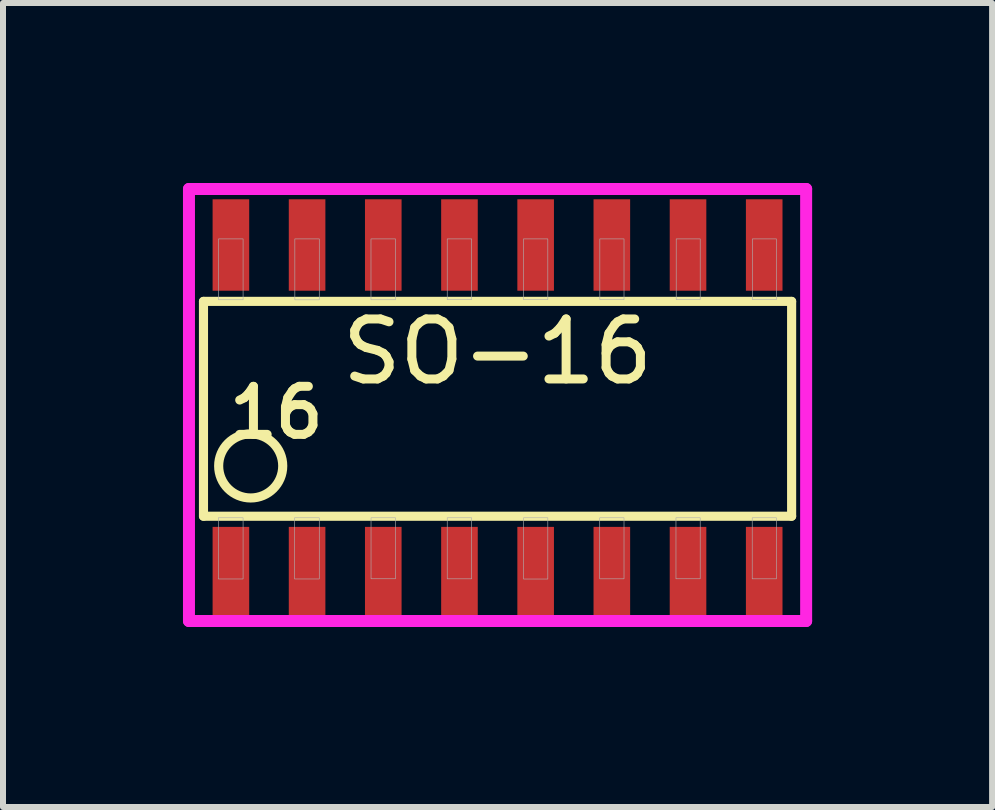
<source format=kicad_pcb>
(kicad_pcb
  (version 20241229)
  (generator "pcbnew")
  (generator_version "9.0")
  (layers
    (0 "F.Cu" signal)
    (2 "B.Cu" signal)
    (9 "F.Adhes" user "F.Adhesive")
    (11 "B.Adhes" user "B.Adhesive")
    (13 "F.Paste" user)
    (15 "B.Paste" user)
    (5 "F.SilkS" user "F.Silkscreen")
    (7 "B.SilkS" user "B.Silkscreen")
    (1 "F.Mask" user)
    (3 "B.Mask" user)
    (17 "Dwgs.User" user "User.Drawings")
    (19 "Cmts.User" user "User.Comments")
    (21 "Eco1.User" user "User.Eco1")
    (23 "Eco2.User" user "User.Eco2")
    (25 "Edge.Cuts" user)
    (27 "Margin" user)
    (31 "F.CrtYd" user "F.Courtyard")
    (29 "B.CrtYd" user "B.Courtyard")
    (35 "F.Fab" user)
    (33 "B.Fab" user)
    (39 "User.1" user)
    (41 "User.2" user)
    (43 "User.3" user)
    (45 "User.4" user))
  (footprint "SO-16"
    (layer "F.Cu")
    (at 5.244 3.701)
    (property "Reference" "SO-16" (at 0 -0.889 0) (layer "F.SilkS") (effects (font (size 1 1) (thickness 0.15))))
    (attr through_hole)
    (fp_line (start -4.902 -1.727) (end -4.902 1.854) (stroke (width 0.152) (type solid)) (layer "F.SilkS"))
    (fp_line (start -4.902 1.854) (end 4.902 1.854) (stroke (width 0.152) (type solid)) (layer "F.SilkS"))
    (fp_line (start 4.902 -1.727) (end -4.902 -1.727) (stroke (width 0.152) (type solid)) (layer "F.SilkS"))
    (fp_line (start 4.902 1.854) (end 4.902 -1.727) (stroke (width 0.152) (type solid)) (layer "F.SilkS"))
    (fp_circle (center -4.115 1.016) (end -3.581 1.016) (stroke (width 0.152) (type solid)) (fill no) (layer "F.SilkS"))
    (fp_line (start -5.144 -3.601) (end -5.144 3.601) (stroke (width 0.2) (type solid)) (layer "F.CrtYd"))
    (fp_line (start -5.144 3.601) (end 5.144 3.601) (stroke (width 0.2) (type solid)) (layer "F.CrtYd"))
    (fp_line (start 5.144 -3.601) (end -5.144 -3.601) (stroke (width 0.2) (type solid)) (layer "F.CrtYd"))
    (fp_line (start 5.144 3.601) (end 5.144 -3.601) (stroke (width 0.2) (type solid)) (layer "F.CrtYd"))
    (fp_poly (pts (xy -4.655 1.88) (xy -4.242 1.88) (xy -4.242 2.9) (xy -4.655 2.9)) (stroke (width 0.01) (type solid)) (fill no) (layer "F.Fab"))
    (fp_poly (pts (xy -4.651 -2.769) (xy -4.242 -2.769) (xy -4.242 -1.754) (xy -4.651 -1.754)) (stroke (width 0.01) (type solid)) (fill no) (layer "F.Fab"))
    (fp_poly (pts (xy -3.384 1.88) (xy -2.972 1.88) (xy -2.972 2.9) (xy -3.384 2.9)) (stroke (width 0.01) (type solid)) (fill no) (layer "F.Fab"))
    (fp_poly (pts (xy -3.379 -2.769) (xy -2.972 -2.769) (xy -2.972 -1.753) (xy -3.379 -1.753)) (stroke (width 0.01) (type solid)) (fill no) (layer "F.Fab"))
    (fp_poly (pts (xy -2.11 -2.769) (xy -1.702 -2.769) (xy -1.702 -1.754) (xy -2.11 -1.754)) (stroke (width 0.01) (type solid)) (fill no) (layer "F.Fab"))
    (fp_poly (pts (xy -2.109 1.88) (xy -1.702 1.88) (xy -1.702 2.897) (xy -2.109 2.897)) (stroke (width 0.01) (type solid)) (fill no) (layer "F.Fab"))
    (fp_poly (pts (xy -0.839 -2.769) (xy -0.432 -2.769) (xy -0.432 -1.755) (xy -0.839 -1.755)) (stroke (width 0.01) (type solid)) (fill no) (layer "F.Fab"))
    (fp_poly (pts (xy -0.839 1.88) (xy -0.432 1.88) (xy -0.432 2.898) (xy -0.839 2.898)) (stroke (width 0.01) (type solid)) (fill no) (layer "F.Fab"))
    (fp_poly (pts (xy 0.432 -2.769) (xy 0.838 -2.769) (xy 0.838 -1.755) (xy 0.432 -1.755)) (stroke (width 0.01) (type solid)) (fill no) (layer "F.Fab"))
    (fp_poly (pts (xy 0.433 1.88) (xy 0.838 1.88) (xy 0.838 2.901) (xy 0.433 2.901)) (stroke (width 0.01) (type solid)) (fill no) (layer "F.Fab"))
    (fp_poly (pts (xy 1.703 1.88) (xy 2.108 1.88) (xy 2.108 2.898) (xy 1.703 2.898)) (stroke (width 0.01) (type solid)) (fill no) (layer "F.Fab"))
    (fp_poly (pts (xy 1.705 -2.769) (xy 2.108 -2.769) (xy 2.108 -1.755) (xy 1.705 -1.755)) (stroke (width 0.01) (type solid)) (fill no) (layer "F.Fab"))
    (fp_poly (pts (xy 2.974 1.88) (xy 3.378 1.88) (xy 3.378 2.897) (xy 2.974 2.897)) (stroke (width 0.01) (type solid)) (fill no) (layer "F.Fab"))
    (fp_poly (pts (xy 2.978 -2.769) (xy 3.378 -2.769) (xy 3.378 -1.756) (xy 2.978 -1.756)) (stroke (width 0.01) (type solid)) (fill no) (layer "F.Fab"))
    (fp_poly (pts (xy 4.245 1.88) (xy 4.648 1.88) (xy 4.648 2.898) (xy 4.245 2.898)) (stroke (width 0.01) (type solid)) (fill no) (layer "F.Fab"))
    (fp_poly (pts (xy 4.248 -2.769) (xy 4.648 -2.769) (xy 4.648 -1.755) (xy 4.248 -1.755)) (stroke (width 0.01) (type solid)) (fill no) (layer "F.Fab"))
    (fp_text user "16" (at -3.688 0.127 0) (layer "F.SilkS") (effects (font (size 0.801 0.801) (thickness 0.15))))
    (pad "1" smd rect (at -4.445 2.794) (size 0.61 1.524) (layers "F.Cu" "F.Mask" "F.Paste"))
    (pad "2" smd rect (at -3.175 2.794) (size 0.61 1.524) (layers "F.Cu" "F.Mask" "F.Paste"))
    (pad "3" smd rect (at -1.905 2.794) (size 0.61 1.524) (layers "F.Cu" "F.Mask" "F.Paste"))
    (pad "4" smd rect (at -0.635 2.794) (size 0.61 1.524) (layers "F.Cu" "F.Mask" "F.Paste"))
    (pad "5" smd rect (at 0.635 2.794) (size 0.61 1.524) (layers "F.Cu" "F.Mask" "F.Paste"))
    (pad "6" smd rect (at 1.905 2.794) (size 0.61 1.524) (layers "F.Cu" "F.Mask" "F.Paste"))
    (pad "7" smd rect (at 3.175 2.794) (size 0.61 1.524) (layers "F.Cu" "F.Mask" "F.Paste"))
    (pad "8" smd rect (at 4.445 2.794) (size 0.61 1.524) (layers "F.Cu" "F.Mask" "F.Paste"))
    (pad "9" smd rect (at 4.445 -2.667) (size 0.61 1.524) (layers "F.Cu" "F.Mask" "F.Paste"))
    (pad "10" smd rect (at 3.175 -2.667) (size 0.61 1.524) (layers "F.Cu" "F.Mask" "F.Paste"))
    (pad "11" smd rect (at 1.905 -2.667) (size 0.61 1.524) (layers "F.Cu" "F.Mask" "F.Paste"))
    (pad "12" smd rect (at 0.635 -2.667) (size 0.61 1.524) (layers "F.Cu" "F.Mask" "F.Paste"))
    (pad "13" smd rect (at -0.635 -2.667) (size 0.61 1.524) (layers "F.Cu" "F.Mask" "F.Paste"))
    (pad "14" smd rect (at -1.905 -2.667) (size 0.61 1.524) (layers "F.Cu" "F.Mask" "F.Paste"))
    (pad "15" smd rect (at -3.175 -2.667) (size 0.61 1.524) (layers "F.Cu" "F.Mask" "F.Paste"))
    (pad "16" smd rect (at -4.445 -2.667) (size 0.61 1.524) (layers "F.Cu" "F.Mask" "F.Paste")))
  (gr_rect
    (start -3 -3)
    (end 13.488 10.402)
    (stroke (width 0.1) (type default))
    (fill no)
    (layer "Edge.Cuts")))
</source>
